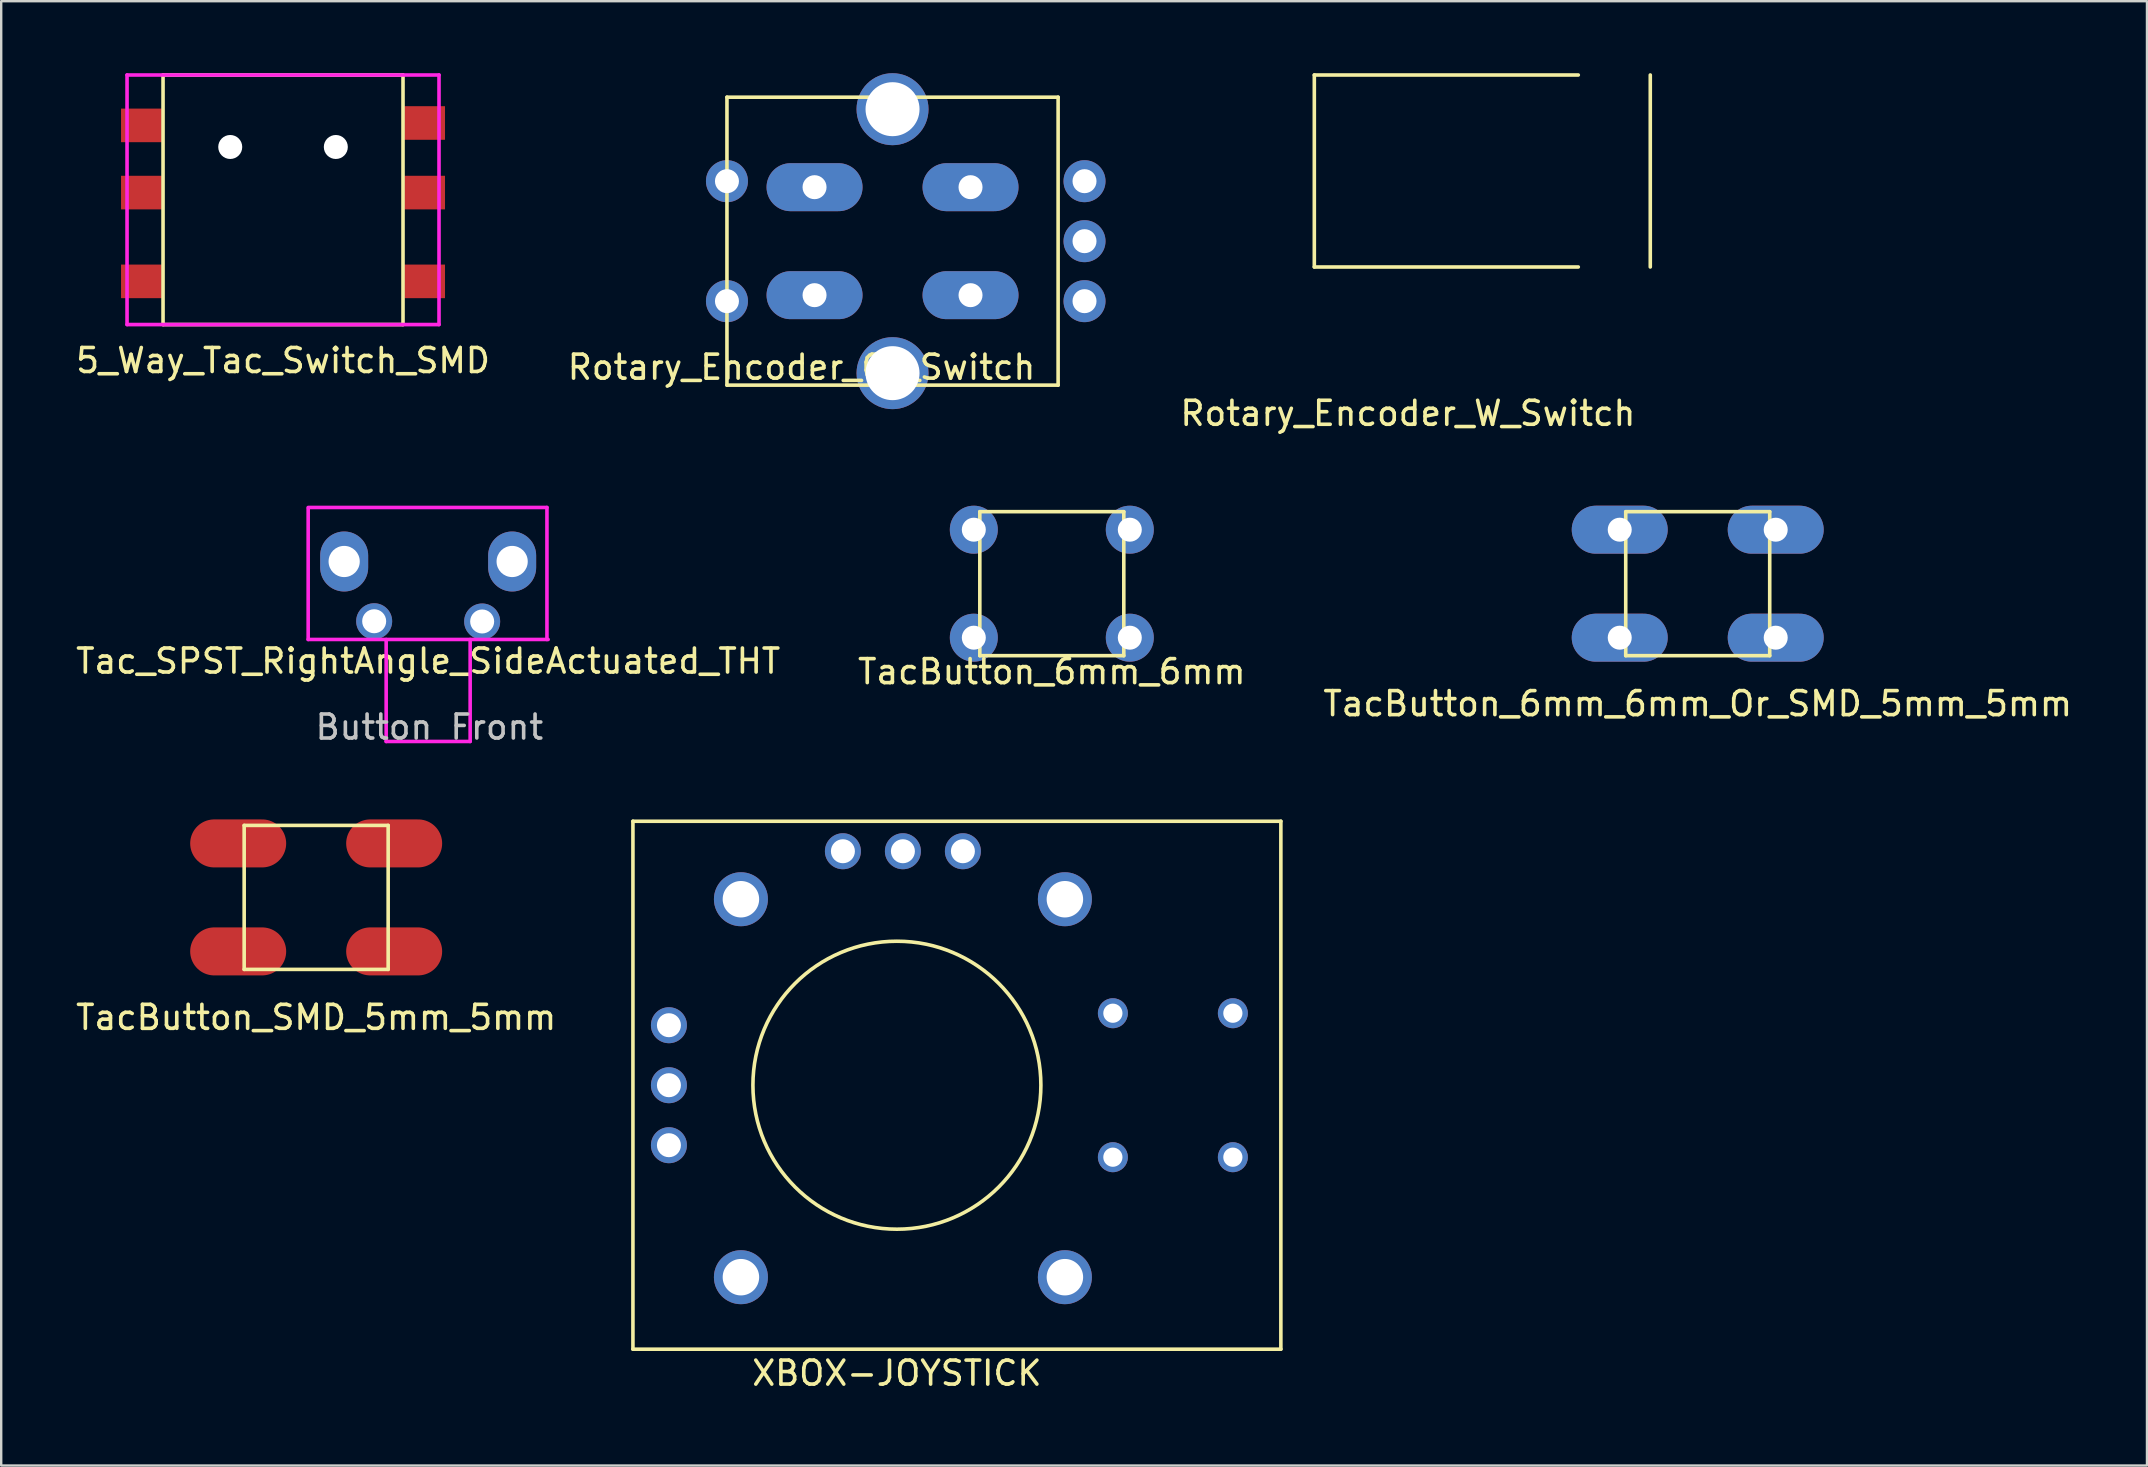
<source format=kicad_pcb>
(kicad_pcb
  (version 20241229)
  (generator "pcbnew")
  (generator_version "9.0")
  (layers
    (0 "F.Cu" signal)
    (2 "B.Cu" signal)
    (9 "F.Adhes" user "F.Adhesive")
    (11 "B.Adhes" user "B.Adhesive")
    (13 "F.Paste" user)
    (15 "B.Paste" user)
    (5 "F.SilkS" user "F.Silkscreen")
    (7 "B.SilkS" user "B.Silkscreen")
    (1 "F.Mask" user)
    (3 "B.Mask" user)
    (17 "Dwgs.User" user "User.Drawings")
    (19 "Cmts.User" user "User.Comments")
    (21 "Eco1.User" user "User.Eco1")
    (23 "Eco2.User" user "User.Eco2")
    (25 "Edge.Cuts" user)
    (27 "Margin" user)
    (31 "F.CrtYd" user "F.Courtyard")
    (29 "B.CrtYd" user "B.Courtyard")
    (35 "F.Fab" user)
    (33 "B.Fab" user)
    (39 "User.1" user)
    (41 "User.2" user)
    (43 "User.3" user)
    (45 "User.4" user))
  (footprint "XBOX-JOYSTICK"
    (layer "F.Cu")
    (at 34.325 42.172)
    (property "Reference" "XBOX-JOYSTICK" (at 0 12 0) (layer "F.SilkS") (effects (font (size 1 1) (thickness 0.15))))
    (attr through_hole)
    (fp_line (start -11 -11) (end 16 -11) (stroke (width 0.15) (type solid)) (layer "F.SilkS"))
    (fp_line (start -11 11) (end -11 -11) (stroke (width 0.15) (type solid)) (layer "F.SilkS"))
    (fp_line (start 16 -11) (end 16 11) (stroke (width 0.15) (type solid)) (layer "F.SilkS"))
    (fp_line (start 16 11) (end -11 11) (stroke (width 0.15) (type solid)) (layer "F.SilkS"))
    (fp_circle (center 0 0) (end 6 0) (stroke (width 0.15) (type solid)) (fill no) (layer "F.SilkS"))
    (pad "1" thru_hole circle (at -6.5 -7.75) (size 2.25 2.25) (drill 1.52) (layers "*.Cu" "*.Mask"))
    (pad "1" thru_hole circle (at -6.5 8) (size 2.25 2.25) (drill 1.52) (layers "*.Cu" "*.Mask"))
    (pad "1" thru_hole circle (at 7 -7.75) (size 2.25 2.25) (drill 1.52) (layers "*.Cu" "*.Mask"))
    (pad "1" thru_hole circle (at 7 8) (size 2.25 2.25) (drill 1.52) (layers "*.Cu" "*.Mask"))
    (pad "2" thru_hole circle (at -2.25 -9.75) (size 1.5 1.5) (drill 1) (layers "*.Cu" "*.Mask"))
    (pad "3" thru_hole circle (at 0.25 -9.75) (size 1.5 1.5) (drill 1) (layers "*.Cu" "*.Mask"))
    (pad "4" thru_hole circle (at 2.75 -9.75) (size 1.5 1.5) (drill 1) (layers "*.Cu" "*.Mask"))
    (pad "5" thru_hole circle (at -9.5 2.5 90) (size 1.5 1.5) (drill 1) (layers "*.Cu" "*.Mask"))
    (pad "6" thru_hole circle (at -9.5 0 90) (size 1.5 1.5) (drill 1) (layers "*.Cu" "*.Mask"))
    (pad "7" thru_hole circle (at -9.5 -2.5 90) (size 1.5 1.5) (drill 1) (layers "*.Cu" "*.Mask"))
    (pad "8" thru_hole circle (at 9 -3 90) (size 1.25 1.25) (drill 0.8) (layers "*.Cu" "*.Mask"))
    (pad "8" thru_hole circle (at 9 3 90) (size 1.25 1.25) (drill 0.8) (layers "*.Cu" "*.Mask"))
    (pad "9" thru_hole circle (at 14 -3 90) (size 1.25 1.25) (drill 0.8) (layers "*.Cu" "*.Mask"))
    (pad "9" thru_hole circle (at 14 3 90) (size 1.25 1.25) (drill 0.8) (layers "*.Cu" "*.Mask")))
  (footprint "TacButton_6mm_6mm"
    (layer "F.Cu")
    (at 40.78 21.273)
    (property "Reference" "TacButton_6mm_6mm" (at 0 3.667 0) (layer "F.SilkS") (effects (font (size 1 1) (thickness 0.15))))
    (attr through_hole)
    (fp_line (start -3 -3) (end 3 -3) (stroke (width 0.15) (type solid)) (layer "F.SilkS"))
    (fp_line (start -3 3) (end -3 -3) (stroke (width 0.15) (type solid)) (layer "F.SilkS"))
    (fp_line (start 3 -3) (end 3 3) (stroke (width 0.15) (type solid)) (layer "F.SilkS"))
    (fp_line (start 3 3) (end -3 3) (stroke (width 0.15) (type solid)) (layer "F.SilkS"))
    (pad "1" thru_hole circle (at -3.25 -2.25) (size 2 2) (drill 1) (layers "*.Cu" "*.Mask"))
    (pad "1" thru_hole circle (at 3.25 -2.25) (size 2 2) (drill 1) (layers "*.Cu" "*.Mask"))
    (pad "2" thru_hole circle (at -3.25 2.25) (size 2 2) (drill 1) (layers "*.Cu" "*.Mask"))
    (pad "2" thru_hole circle (at 3.25 2.25) (size 2 2) (drill 1) (layers "*.Cu" "*.Mask")))
  (footprint "Rotary_Encoder_Or_Switch"
    (layer "F.Cu")
    (at 34.143 7)
    (property "Reference" "Rotary_Encoder_Or_Switch" (at -3.792 5.252 0) (layer "F.SilkS") (effects (font (size 1 1) (thickness 0.15))))
    (attr through_hole)
    (fp_line (start -6.9 -6) (end 6.9 -6) (stroke (width 0.15) (type solid)) (layer "F.SilkS"))
    (fp_line (start -6.9 6) (end -6.9 -6) (stroke (width 0.15) (type solid)) (layer "F.SilkS"))
    (fp_line (start 6.9 -6) (end 6.9 6) (stroke (width 0.15) (type solid)) (layer "F.SilkS"))
    (fp_line (start 6.9 6) (end -6.9 6) (stroke (width 0.15) (type solid)) (layer "F.SilkS"))
    (pad "1" thru_hole circle (at -6.9 -2.5) (size 1.75 1.75) (drill 1) (layers "*.Cu" "*.Mask"))
    (pad "1" thru_hole oval (at -3.25 -2.25) (size 4 2) (drill 1) (layers "*.Cu" "*.Mask"))
    (pad "1" thru_hole oval (at 3.25 -2.25) (size 4 2) (drill 1) (layers "*.Cu" "*.Mask"))
    (pad "2" thru_hole circle (at -6.9 2.5) (size 1.75 1.75) (drill 1) (layers "*.Cu" "*.Mask"))
    (pad "2" thru_hole oval (at -3.25 2.25) (size 4 2) (drill 1) (layers "*.Cu" "*.Mask"))
    (pad "2" thru_hole oval (at 3.25 2.25) (size 4 2) (drill 1) (layers "*.Cu" "*.Mask"))
    (pad "3" thru_hole circle (at 8 2.5) (size 1.75 1.75) (drill 1) (layers "*.Cu" "*.Mask"))
    (pad "4" thru_hole circle (at 8 0) (size 1.75 1.75) (drill 1) (layers "*.Cu" "*.Mask"))
    (pad "5" thru_hole circle (at 8 -2.5) (size 1.75 1.75) (drill 1) (layers "*.Cu" "*.Mask"))
    (pad "6" thru_hole oval (at 0 -5.5) (size 3 3) (drill 2.25) (layers "*.Cu" "*.Mask"))
    (pad "6" thru_hole oval (at 0 5.5) (size 3 3) (drill 2.25) (layers "*.Cu" "*.Mask")))
  (footprint "5_Way_Tac_Switch_SMD"
    (layer "F.Cu")
    (at 8.744 5.275)
    (property "Reference" "5_Way_Tac_Switch_SMD" (at 0 6.7 0) (layer "F.SilkS") (effects (font (size 1 1) (thickness 0.15))))
    (attr through_hole)
    (fp_line (start -5 -5.2) (end 5 -5.2) (stroke (width 0.15) (type solid)) (layer "F.SilkS"))
    (fp_line (start -5 5.2) (end -5 -5.2) (stroke (width 0.15) (type solid)) (layer "F.SilkS"))
    (fp_line (start 5 -5.2) (end 5 5.2) (stroke (width 0.15) (type solid)) (layer "F.SilkS"))
    (fp_line (start 5 5.2) (end -5 5.2) (stroke (width 0.15) (type solid)) (layer "F.SilkS"))
    (fp_line (start -6.5 -5.2) (end 6.5 -5.2) (stroke (width 0.15) (type solid)) (layer "F.CrtYd"))
    (fp_line (start -6.5 5.2) (end -6.5 -5.2) (stroke (width 0.15) (type solid)) (layer "F.CrtYd"))
    (fp_line (start 6.5 -5.2) (end 6.5 5.2) (stroke (width 0.15) (type solid)) (layer "F.CrtYd"))
    (fp_line (start 6.5 5.2) (end -6.5 5.2) (stroke (width 0.15) (type solid)) (layer "F.CrtYd"))
    (pad "" np_thru_hole circle (at -2.2 -2.2) (size 1 1) (drill 1) (layers "*.Cu" "*.Mask"))
    (pad "" np_thru_hole circle (at 2.2 -2.2) (size 1 1) (drill 1) (layers "*.Cu" "*.Mask"))
    (pad "1" smd rect (at -5.9 -3.1) (size 1.7 1.4) (layers "F.Cu" "F.Mask" "F.Paste"))
    (pad "2" smd rect (at -5.9 -0.3) (size 1.7 1.4) (layers "F.Cu" "F.Mask" "F.Paste"))
    (pad "3" smd rect (at -5.9 3.4) (size 1.7 1.4) (layers "F.Cu" "F.Mask" "F.Paste"))
    (pad "4" smd rect (at 5.9 -3.2) (size 1.7 1.4) (layers "F.Cu" "F.Mask" "F.Paste"))
    (pad "5" smd rect (at 5.9 -0.3) (size 1.7 1.4) (layers "F.Cu" "F.Mask" "F.Paste"))
    (pad "6" smd rect (at 5.9 3.4) (size 1.7 1.4) (layers "F.Cu" "F.Mask" "F.Paste")))
  (footprint "Rotary_Encoder_W_Switch"
    (layer "F.Cu")
    (at 55.719 4.075)
    (property "Reference" "Rotary_Encoder_W_Switch" (at -0.1 10.1 0) (layer "F.SilkS") (effects (font (size 1 1) (thickness 0.15))))
    (attr through_hole)
    (fp_line (start -4 -4) (end 7 -4) (stroke (width 0.15) (type solid)) (layer "F.SilkS"))
    (fp_line (start -4 4) (end -4 -4) (stroke (width 0.15) (type solid)) (layer "F.SilkS"))
    (fp_line (start 7 4) (end -4 4) (stroke (width 0.15) (type solid)) (layer "F.SilkS"))
    (fp_line (start 10 -4) (end 10 4) (stroke (width 0.15) (type solid)) (layer "F.SilkS")))
  (footprint "TacButton_6mm_6mm_Or_SMD_5mm_5mm"
    (layer "F.Cu")
    (at 67.696 21.273)
    (property "Reference" "TacButton_6mm_6mm_Or_SMD_5mm_5mm" (at 0 5 0) (layer "F.SilkS") (effects (font (size 1 1) (thickness 0.15))))
    (attr through_hole)
    (fp_line (start -3 -3) (end 3 -3) (stroke (width 0.15) (type solid)) (layer "F.SilkS"))
    (fp_line (start -3 3) (end -3 -3) (stroke (width 0.15) (type solid)) (layer "F.SilkS"))
    (fp_line (start 3 -3) (end 3 3) (stroke (width 0.15) (type solid)) (layer "F.SilkS"))
    (fp_line (start 3 3) (end -3 3) (stroke (width 0.15) (type solid)) (layer "F.SilkS"))
    (pad "1" thru_hole oval (at -3.25 -2.25) (size 4 2) (drill 1) (layers "*.Cu" "*.Mask"))
    (pad "2" thru_hole oval (at -3.25 2.25) (size 4 2) (drill 1) (layers "*.Cu" "*.Mask"))
    (pad "3" thru_hole oval (at 3.25 2.25) (size 4 2) (drill 1) (layers "*.Cu" "*.Mask"))
    (pad "4" thru_hole oval (at 3.25 -2.25) (size 4 2) (drill 1) (layers "*.Cu" "*.Mask")))
  (footprint "TacButton_SMD_5mm_5mm"
    (layer "F.Cu")
    (at 10.125 34.346)
    (property "Reference" "TacButton_SMD_5mm_5mm" (at 0 5 0) (layer "F.SilkS") (effects (font (size 1 1) (thickness 0.15))))
    (attr through_hole)
    (fp_line (start -3 -3) (end 3 -3) (stroke (width 0.15) (type solid)) (layer "F.SilkS"))
    (fp_line (start -3 3) (end -3 -3) (stroke (width 0.15) (type solid)) (layer "F.SilkS"))
    (fp_line (start 3 -3) (end 3 3) (stroke (width 0.15) (type solid)) (layer "F.SilkS"))
    (fp_line (start 3 3) (end -3 3) (stroke (width 0.15) (type solid)) (layer "F.SilkS"))
    (pad "1" smd oval (at -3.25 -2.25) (size 4 2) (layers "F.Cu" "F.Mask" "F.Paste"))
    (pad "1" smd oval (at 3.25 -2.25) (size 4 2) (layers "F.Cu" "F.Mask" "F.Paste"))
    (pad "2" smd oval (at -3.25 2.25) (size 4 2) (layers "F.Cu" "F.Mask" "F.Paste"))
    (pad "2" smd oval (at 3.25 2.25) (size 4 2) (layers "F.Cu" "F.Mask" "F.Paste")))
  (footprint "Tac_SPST_RightAngle_SideActuated_THT"
    (layer "F.Cu")
    (at 14.792 21.598)
    (property "Reference" "Tac_SPST_RightAngle_SideActuated_THT" (at 0 2.9 0) (layer "F.SilkS") (effects (font (size 1 1) (thickness 0.15))))
    (attr through_hole)
    (fp_line (start -5 -3.5) (end 4.95 -3.5) (stroke (width 0.15) (type solid)) (layer "F.CrtYd"))
    (fp_line (start -5 2) (end -5 -3.45) (stroke (width 0.15) (type solid)) (layer "F.CrtYd"))
    (fp_line (start -1.75 6.25) (end -1.75 2) (stroke (width 0.15) (type solid)) (layer "F.CrtYd"))
    (fp_line (start -1.75 6.25) (end 1.75 6.25) (stroke (width 0.15) (type solid)) (layer "F.CrtYd"))
    (fp_line (start 1.75 6.25) (end 1.75 2) (stroke (width 0.15) (type solid)) (layer "F.CrtYd"))
    (fp_line (start 4.95 -3.5) (end 4.95 2) (stroke (width 0.15) (type solid)) (layer "F.CrtYd"))
    (fp_line (start 5 2) (end -5 2) (stroke (width 0.15) (type solid)) (layer "F.CrtYd"))
    (fp_text user "Button Front" (at 0.05 5.65 0) (layer "Dwgs.User") (effects (font (size 1 1) (thickness 0.15))))
    (pad "" thru_hole oval (at -3.5 -1.25) (size 2 2.5) (drill 1.3) (layers "*.Cu" "*.Mask"))
    (pad "" thru_hole oval (at 3.5 -1.25) (size 2 2.5) (drill 1.3) (layers "*.Cu" "*.Mask"))
    (pad "1" thru_hole oval (at -2.25 1.24) (size 1.5 1.5) (drill 1) (layers "*.Cu" "*.Mask"))
    (pad "2" thru_hole oval (at 2.25 1.25) (size 1.5 1.5) (drill 1) (layers "*.Cu" "*.Mask")))
  (gr_rect
    (start -3 -3)
    (end 86.417 58.02)
    (stroke (width 0.1) (type default))
    (fill no)
    (layer "Edge.Cuts")))
</source>
